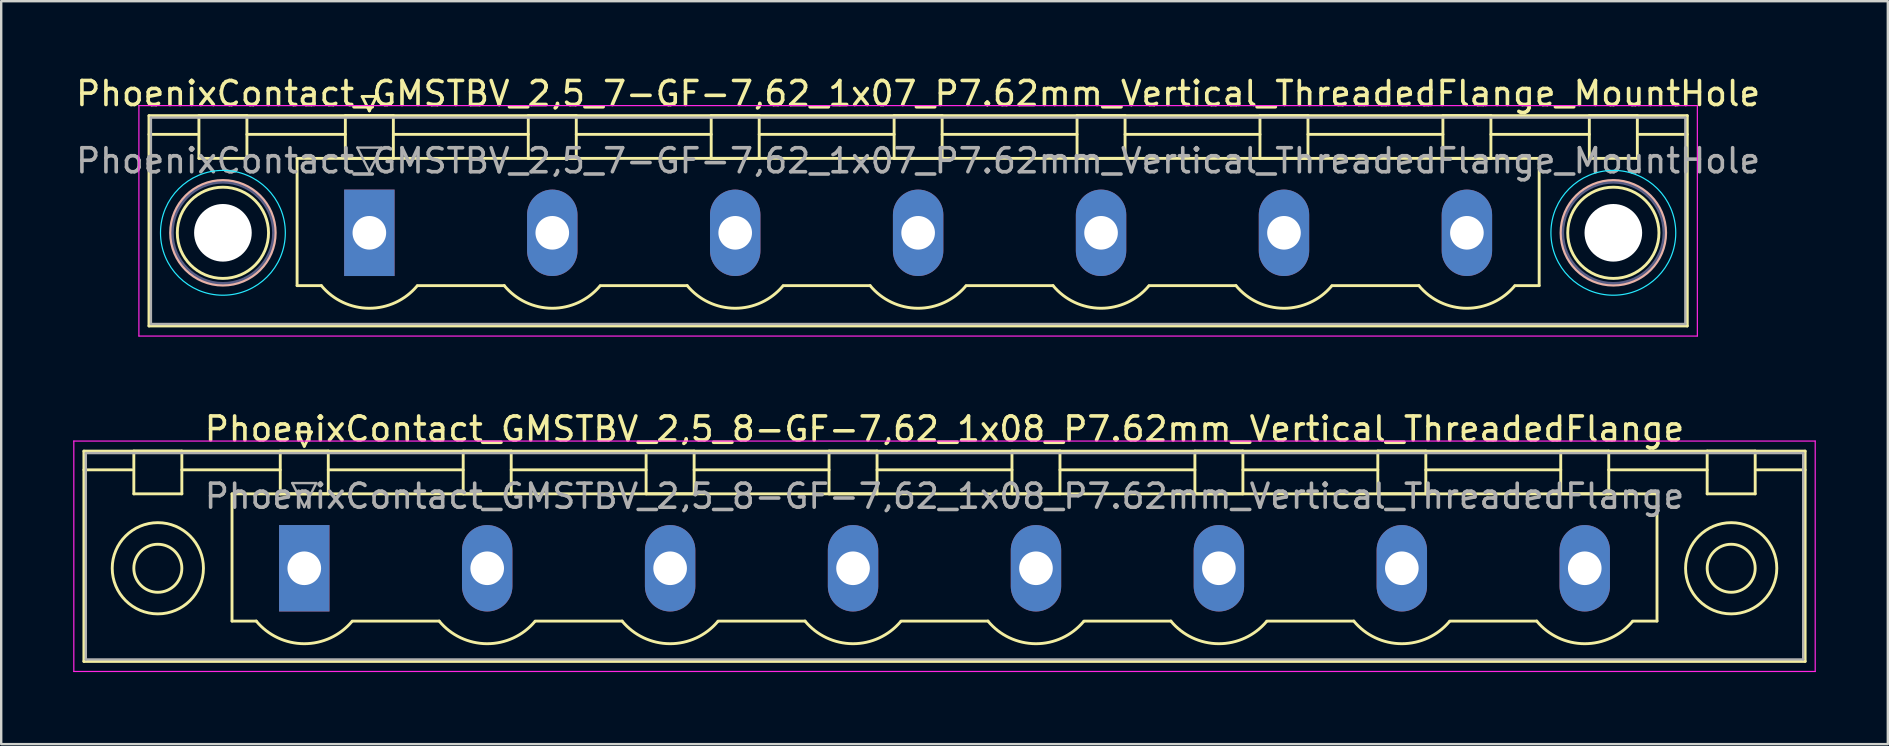
<source format=kicad_pcb>
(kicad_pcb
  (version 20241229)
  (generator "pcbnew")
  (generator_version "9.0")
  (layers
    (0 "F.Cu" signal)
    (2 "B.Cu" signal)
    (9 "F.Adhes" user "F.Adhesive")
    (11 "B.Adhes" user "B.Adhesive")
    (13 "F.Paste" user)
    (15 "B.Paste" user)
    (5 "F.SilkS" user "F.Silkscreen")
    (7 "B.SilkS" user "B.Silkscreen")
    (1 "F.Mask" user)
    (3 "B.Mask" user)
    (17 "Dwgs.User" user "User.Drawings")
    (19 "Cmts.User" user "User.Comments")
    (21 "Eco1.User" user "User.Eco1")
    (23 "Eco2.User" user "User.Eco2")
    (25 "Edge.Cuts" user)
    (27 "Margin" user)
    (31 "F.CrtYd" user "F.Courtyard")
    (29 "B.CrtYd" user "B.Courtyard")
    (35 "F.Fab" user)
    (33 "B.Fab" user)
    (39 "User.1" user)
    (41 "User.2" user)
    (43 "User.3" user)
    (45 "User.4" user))
  (footprint "PhoenixContact_GMSTBV_2,5_8-GF-7,62_1x08_P7.62mm_Vertical_ThreadedFlange"
    (layer "F.Cu")
    (at 9.625 20.622)
    (property "Reference" "PhoenixContact_GMSTBV_2,5_8-GF-7,62_1x08_P7.62mm_Vertical_ThreadedFlange" (at 26.67 -5.8 0) (layer "F.SilkS") (effects (font (size 1 1) (thickness 0.15))))
    (attr through_hole)
    (fp_line (start -9.18 -4.88) (end -9.18 3.88) (stroke (width 0.12) (type solid)) (layer "F.SilkS"))
    (fp_line (start -9.18 -4.1) (end -7.18 -4.1) (stroke (width 0.12) (type solid)) (layer "F.SilkS"))
    (fp_line (start -9.18 3.88) (end 62.52 3.88) (stroke (width 0.12) (type solid)) (layer "F.SilkS"))
    (fp_line (start -7.1 -4.88) (end -5.1 -4.88) (stroke (width 0.12) (type solid)) (layer "F.SilkS"))
    (fp_line (start -7.1 -3.1) (end -7.1 -4.88) (stroke (width 0.12) (type solid)) (layer "F.SilkS"))
    (fp_line (start -5.1 -4.88) (end -5.1 -3.1) (stroke (width 0.12) (type solid)) (layer "F.SilkS"))
    (fp_line (start -5.1 -4.1) (end -1 -4.1) (stroke (width 0.12) (type solid)) (layer "F.SilkS"))
    (fp_line (start -5.1 -3.1) (end -7.1 -3.1) (stroke (width 0.12) (type solid)) (layer "F.SilkS"))
    (fp_line (start -3.01 -3.1) (end 56.35 -3.1) (stroke (width 0.12) (type solid)) (layer "F.SilkS"))
    (fp_line (start -3.01 2.2) (end -3.01 -3.1) (stroke (width 0.12) (type solid)) (layer "F.SilkS"))
    (fp_line (start -2 2.2) (end -3.01 2.2) (stroke (width 0.12) (type solid)) (layer "F.SilkS"))
    (fp_line (start -1 -4.88) (end 1 -4.88) (stroke (width 0.12) (type solid)) (layer "F.SilkS"))
    (fp_line (start -1 -3.1) (end -1 -4.88) (stroke (width 0.12) (type solid)) (layer "F.SilkS"))
    (fp_line (start -0.3 -5.68) (end 0.3 -5.68) (stroke (width 0.12) (type solid)) (layer "F.SilkS"))
    (fp_line (start 0 -5.08) (end -0.3 -5.68) (stroke (width 0.12) (type solid)) (layer "F.SilkS"))
    (fp_line (start 0.3 -5.68) (end 0 -5.08) (stroke (width 0.12) (type solid)) (layer "F.SilkS"))
    (fp_line (start 1 -4.88) (end 1 -3.1) (stroke (width 0.12) (type solid)) (layer "F.SilkS"))
    (fp_line (start 1 -4.1) (end 6.62 -4.1) (stroke (width 0.12) (type solid)) (layer "F.SilkS"))
    (fp_line (start 1 -3.1) (end -1 -3.1) (stroke (width 0.12) (type solid)) (layer "F.SilkS"))
    (fp_line (start 2 2.2) (end 5.62 2.2) (stroke (width 0.12) (type solid)) (layer "F.SilkS"))
    (fp_line (start 6.62 -4.88) (end 8.62 -4.88) (stroke (width 0.12) (type solid)) (layer "F.SilkS"))
    (fp_line (start 6.62 -3.1) (end 6.62 -4.88) (stroke (width 0.12) (type solid)) (layer "F.SilkS"))
    (fp_line (start 8.62 -4.88) (end 8.62 -3.1) (stroke (width 0.12) (type solid)) (layer "F.SilkS"))
    (fp_line (start 8.62 -4.1) (end 14.24 -4.1) (stroke (width 0.12) (type solid)) (layer "F.SilkS"))
    (fp_line (start 8.62 -3.1) (end 6.62 -3.1) (stroke (width 0.12) (type solid)) (layer "F.SilkS"))
    (fp_line (start 9.62 2.2) (end 13.24 2.2) (stroke (width 0.12) (type solid)) (layer "F.SilkS"))
    (fp_line (start 14.24 -4.88) (end 16.24 -4.88) (stroke (width 0.12) (type solid)) (layer "F.SilkS"))
    (fp_line (start 14.24 -3.1) (end 14.24 -4.88) (stroke (width 0.12) (type solid)) (layer "F.SilkS"))
    (fp_line (start 16.24 -4.88) (end 16.24 -3.1) (stroke (width 0.12) (type solid)) (layer "F.SilkS"))
    (fp_line (start 16.24 -4.1) (end 21.86 -4.1) (stroke (width 0.12) (type solid)) (layer "F.SilkS"))
    (fp_line (start 16.24 -3.1) (end 14.24 -3.1) (stroke (width 0.12) (type solid)) (layer "F.SilkS"))
    (fp_line (start 17.24 2.2) (end 20.86 2.2) (stroke (width 0.12) (type solid)) (layer "F.SilkS"))
    (fp_line (start 21.86 -4.88) (end 23.86 -4.88) (stroke (width 0.12) (type solid)) (layer "F.SilkS"))
    (fp_line (start 21.86 -3.1) (end 21.86 -4.88) (stroke (width 0.12) (type solid)) (layer "F.SilkS"))
    (fp_line (start 23.86 -4.88) (end 23.86 -3.1) (stroke (width 0.12) (type solid)) (layer "F.SilkS"))
    (fp_line (start 23.86 -4.1) (end 29.48 -4.1) (stroke (width 0.12) (type solid)) (layer "F.SilkS"))
    (fp_line (start 23.86 -3.1) (end 21.86 -3.1) (stroke (width 0.12) (type solid)) (layer "F.SilkS"))
    (fp_line (start 24.86 2.2) (end 28.48 2.2) (stroke (width 0.12) (type solid)) (layer "F.SilkS"))
    (fp_line (start 29.48 -4.88) (end 31.48 -4.88) (stroke (width 0.12) (type solid)) (layer "F.SilkS"))
    (fp_line (start 29.48 -3.1) (end 29.48 -4.88) (stroke (width 0.12) (type solid)) (layer "F.SilkS"))
    (fp_line (start 31.48 -4.88) (end 31.48 -3.1) (stroke (width 0.12) (type solid)) (layer "F.SilkS"))
    (fp_line (start 31.48 -4.1) (end 37.1 -4.1) (stroke (width 0.12) (type solid)) (layer "F.SilkS"))
    (fp_line (start 31.48 -3.1) (end 29.48 -3.1) (stroke (width 0.12) (type solid)) (layer "F.SilkS"))
    (fp_line (start 32.48 2.2) (end 36.1 2.2) (stroke (width 0.12) (type solid)) (layer "F.SilkS"))
    (fp_line (start 37.1 -4.88) (end 39.1 -4.88) (stroke (width 0.12) (type solid)) (layer "F.SilkS"))
    (fp_line (start 37.1 -3.1) (end 37.1 -4.88) (stroke (width 0.12) (type solid)) (layer "F.SilkS"))
    (fp_line (start 39.1 -4.88) (end 39.1 -3.1) (stroke (width 0.12) (type solid)) (layer "F.SilkS"))
    (fp_line (start 39.1 -4.1) (end 44.72 -4.1) (stroke (width 0.12) (type solid)) (layer "F.SilkS"))
    (fp_line (start 39.1 -3.1) (end 37.1 -3.1) (stroke (width 0.12) (type solid)) (layer "F.SilkS"))
    (fp_line (start 40.1 2.2) (end 43.72 2.2) (stroke (width 0.12) (type solid)) (layer "F.SilkS"))
    (fp_line (start 44.72 -4.88) (end 46.72 -4.88) (stroke (width 0.12) (type solid)) (layer "F.SilkS"))
    (fp_line (start 44.72 -3.1) (end 44.72 -4.88) (stroke (width 0.12) (type solid)) (layer "F.SilkS"))
    (fp_line (start 46.72 -4.88) (end 46.72 -3.1) (stroke (width 0.12) (type solid)) (layer "F.SilkS"))
    (fp_line (start 46.72 -4.1) (end 52.34 -4.1) (stroke (width 0.12) (type solid)) (layer "F.SilkS"))
    (fp_line (start 46.72 -3.1) (end 44.72 -3.1) (stroke (width 0.12) (type solid)) (layer "F.SilkS"))
    (fp_line (start 47.72 2.2) (end 51.34 2.2) (stroke (width 0.12) (type solid)) (layer "F.SilkS"))
    (fp_line (start 52.34 -4.88) (end 54.34 -4.88) (stroke (width 0.12) (type solid)) (layer "F.SilkS"))
    (fp_line (start 52.34 -3.1) (end 52.34 -4.88) (stroke (width 0.12) (type solid)) (layer "F.SilkS"))
    (fp_line (start 54.34 -4.88) (end 54.34 -3.1) (stroke (width 0.12) (type solid)) (layer "F.SilkS"))
    (fp_line (start 54.34 -4.1) (end 58.44 -4.1) (stroke (width 0.12) (type solid)) (layer "F.SilkS"))
    (fp_line (start 54.34 -3.1) (end 52.34 -3.1) (stroke (width 0.12) (type solid)) (layer "F.SilkS"))
    (fp_line (start 56.35 -3.1) (end 56.35 2.2) (stroke (width 0.12) (type solid)) (layer "F.SilkS"))
    (fp_line (start 56.35 2.2) (end 55.34 2.2) (stroke (width 0.12) (type solid)) (layer "F.SilkS"))
    (fp_line (start 58.44 -4.88) (end 60.44 -4.88) (stroke (width 0.12) (type solid)) (layer "F.SilkS"))
    (fp_line (start 58.44 -3.1) (end 58.44 -4.88) (stroke (width 0.12) (type solid)) (layer "F.SilkS"))
    (fp_line (start 60.44 -4.88) (end 60.44 -3.1) (stroke (width 0.12) (type solid)) (layer "F.SilkS"))
    (fp_line (start 60.44 -3.1) (end 58.44 -3.1) (stroke (width 0.12) (type solid)) (layer "F.SilkS"))
    (fp_line (start 62.52 -4.88) (end -9.18 -4.88) (stroke (width 0.12) (type solid)) (layer "F.SilkS"))
    (fp_line (start 62.52 -4.1) (end 60.52 -4.1) (stroke (width 0.12) (type solid)) (layer "F.SilkS"))
    (fp_line (start 62.52 3.88) (end 62.52 -4.88) (stroke (width 0.12) (type solid)) (layer "F.SilkS"))
    (fp_arc (start 1.986842 2.215821) (mid -0.010289 3.142758) (end -2 2.2) (stroke (width 0.12) (type solid)) (layer "F.SilkS"))
    (fp_arc (start 9.606842 2.215821) (mid 7.609711 3.142758) (end 5.62 2.2) (stroke (width 0.12) (type solid)) (layer "F.SilkS"))
    (fp_arc (start 17.226842 2.215821) (mid 15.229711 3.142758) (end 13.24 2.2) (stroke (width 0.12) (type solid)) (layer "F.SilkS"))
    (fp_arc (start 24.846842 2.215821) (mid 22.849711 3.142758) (end 20.86 2.2) (stroke (width 0.12) (type solid)) (layer "F.SilkS"))
    (fp_arc (start 32.466842 2.215821) (mid 30.469711 3.142758) (end 28.48 2.2) (stroke (width 0.12) (type solid)) (layer "F.SilkS"))
    (fp_arc (start 40.086842 2.215821) (mid 38.089711 3.142758) (end 36.1 2.2) (stroke (width 0.12) (type solid)) (layer "F.SilkS"))
    (fp_arc (start 47.706842 2.215821) (mid 45.709711 3.142758) (end 43.72 2.2) (stroke (width 0.12) (type solid)) (layer "F.SilkS"))
    (fp_arc (start 55.326842 2.215821) (mid 53.329711 3.142758) (end 51.34 2.2) (stroke (width 0.12) (type solid)) (layer "F.SilkS"))
    (fp_circle (center -6.1 0) (end -5.1 0) (stroke (width 0.12) (type solid)) (fill no) (layer "F.SilkS"))
    (fp_circle (center -6.1 0) (end -4.2 0) (stroke (width 0.12) (type solid)) (fill no) (layer "F.SilkS"))
    (fp_circle (center 59.44 0) (end 60.44 0) (stroke (width 0.12) (type solid)) (fill no) (layer "F.SilkS"))
    (fp_circle (center 59.44 0) (end 61.34 0) (stroke (width 0.12) (type solid)) (fill no) (layer "F.SilkS"))
    (fp_line (start -9.6 -5.3) (end -9.6 4.3) (stroke (width 0.05) (type solid)) (layer "F.CrtYd"))
    (fp_line (start -9.6 4.3) (end 62.94 4.3) (stroke (width 0.05) (type solid)) (layer "F.CrtYd"))
    (fp_line (start 62.94 -5.3) (end -9.6 -5.3) (stroke (width 0.05) (type solid)) (layer "F.CrtYd"))
    (fp_line (start 62.94 4.3) (end 62.94 -5.3) (stroke (width 0.05) (type solid)) (layer "F.CrtYd"))
    (fp_line (start -9.1 -4.8) (end -9.1 3.8) (stroke (width 0.1) (type solid)) (layer "F.Fab"))
    (fp_line (start -9.1 3.8) (end 62.44 3.8) (stroke (width 0.1) (type solid)) (layer "F.Fab"))
    (fp_line (start -0.5 -3.55) (end 0.5 -3.55) (stroke (width 0.1) (type solid)) (layer "F.Fab"))
    (fp_line (start 0 -2.55) (end -0.5 -3.55) (stroke (width 0.1) (type solid)) (layer "F.Fab"))
    (fp_line (start 0.5 -3.55) (end 0 -2.55) (stroke (width 0.1) (type solid)) (layer "F.Fab"))
    (fp_line (start 62.44 -4.8) (end -9.1 -4.8) (stroke (width 0.1) (type solid)) (layer "F.Fab"))
    (fp_line (start 62.44 3.8) (end 62.44 -4.8) (stroke (width 0.1) (type solid)) (layer "F.Fab"))
    (fp_text user "${REFERENCE}" (at 26.67 -3 0) (layer "F.Fab") (effects (font (size 1 1) (thickness 0.15))))
    (pad "1" thru_hole rect (at 0 0) (size 2.1 3.6) (drill 1.4) (layers "*.Cu" "*.Mask"))
    (pad "2" thru_hole oval (at 7.62 0) (size 2.1 3.6) (drill 1.4) (layers "*.Cu" "*.Mask"))
    (pad "3" thru_hole oval (at 15.24 0) (size 2.1 3.6) (drill 1.4) (layers "*.Cu" "*.Mask"))
    (pad "4" thru_hole oval (at 22.86 0) (size 2.1 3.6) (drill 1.4) (layers "*.Cu" "*.Mask"))
    (pad "5" thru_hole oval (at 30.48 0) (size 2.1 3.6) (drill 1.4) (layers "*.Cu" "*.Mask"))
    (pad "6" thru_hole oval (at 38.1 0) (size 2.1 3.6) (drill 1.4) (layers "*.Cu" "*.Mask"))
    (pad "7" thru_hole oval (at 45.72 0) (size 2.1 3.6) (drill 1.4) (layers "*.Cu" "*.Mask"))
    (pad "8" thru_hole oval (at 53.34 0) (size 2.1 3.6) (drill 1.4) (layers "*.Cu" "*.Mask")))
  (footprint "PhoenixContact_GMSTBV_2,5_7-GF-7,62_1x07_P7.62mm_Vertical_ThreadedFlange_MountHole"
    (layer "F.Cu")
    (at 12.336 6.648)
    (property "Reference" "PhoenixContact_GMSTBV_2,5_7-GF-7,62_1x07_P7.62mm_Vertical_ThreadedFlange_MountHole" (at 22.86 -5.8 0) (layer "F.SilkS") (effects (font (size 1 1) (thickness 0.15))))
    (attr through_hole)
    (fp_line (start -9.18 -4.88) (end -9.18 3.88) (stroke (width 0.12) (type solid)) (layer "F.SilkS"))
    (fp_line (start -9.18 -4.1) (end -7.18 -4.1) (stroke (width 0.12) (type solid)) (layer "F.SilkS"))
    (fp_line (start -9.18 3.88) (end 54.9 3.88) (stroke (width 0.12) (type solid)) (layer "F.SilkS"))
    (fp_line (start -7.1 -4.88) (end -5.1 -4.88) (stroke (width 0.12) (type solid)) (layer "F.SilkS"))
    (fp_line (start -7.1 -3.1) (end -7.1 -4.88) (stroke (width 0.12) (type solid)) (layer "F.SilkS"))
    (fp_line (start -5.1 -4.88) (end -5.1 -3.1) (stroke (width 0.12) (type solid)) (layer "F.SilkS"))
    (fp_line (start -5.1 -4.1) (end -1 -4.1) (stroke (width 0.12) (type solid)) (layer "F.SilkS"))
    (fp_line (start -5.1 -3.1) (end -7.1 -3.1) (stroke (width 0.12) (type solid)) (layer "F.SilkS"))
    (fp_line (start -3.01 -3.1) (end 48.73 -3.1) (stroke (width 0.12) (type solid)) (layer "F.SilkS"))
    (fp_line (start -3.01 2.2) (end -3.01 -3.1) (stroke (width 0.12) (type solid)) (layer "F.SilkS"))
    (fp_line (start -2 2.2) (end -3.01 2.2) (stroke (width 0.12) (type solid)) (layer "F.SilkS"))
    (fp_line (start -1 -4.88) (end 1 -4.88) (stroke (width 0.12) (type solid)) (layer "F.SilkS"))
    (fp_line (start -1 -3.1) (end -1 -4.88) (stroke (width 0.12) (type solid)) (layer "F.SilkS"))
    (fp_line (start -0.3 -5.68) (end 0.3 -5.68) (stroke (width 0.12) (type solid)) (layer "F.SilkS"))
    (fp_line (start 0 -5.08) (end -0.3 -5.68) (stroke (width 0.12) (type solid)) (layer "F.SilkS"))
    (fp_line (start 0.3 -5.68) (end 0 -5.08) (stroke (width 0.12) (type solid)) (layer "F.SilkS"))
    (fp_line (start 1 -4.88) (end 1 -3.1) (stroke (width 0.12) (type solid)) (layer "F.SilkS"))
    (fp_line (start 1 -4.1) (end 6.62 -4.1) (stroke (width 0.12) (type solid)) (layer "F.SilkS"))
    (fp_line (start 1 -3.1) (end -1 -3.1) (stroke (width 0.12) (type solid)) (layer "F.SilkS"))
    (fp_line (start 2 2.2) (end 5.62 2.2) (stroke (width 0.12) (type solid)) (layer "F.SilkS"))
    (fp_line (start 6.62 -4.88) (end 8.62 -4.88) (stroke (width 0.12) (type solid)) (layer "F.SilkS"))
    (fp_line (start 6.62 -3.1) (end 6.62 -4.88) (stroke (width 0.12) (type solid)) (layer "F.SilkS"))
    (fp_line (start 8.62 -4.88) (end 8.62 -3.1) (stroke (width 0.12) (type solid)) (layer "F.SilkS"))
    (fp_line (start 8.62 -4.1) (end 14.24 -4.1) (stroke (width 0.12) (type solid)) (layer "F.SilkS"))
    (fp_line (start 8.62 -3.1) (end 6.62 -3.1) (stroke (width 0.12) (type solid)) (layer "F.SilkS"))
    (fp_line (start 9.62 2.2) (end 13.24 2.2) (stroke (width 0.12) (type solid)) (layer "F.SilkS"))
    (fp_line (start 14.24 -4.88) (end 16.24 -4.88) (stroke (width 0.12) (type solid)) (layer "F.SilkS"))
    (fp_line (start 14.24 -3.1) (end 14.24 -4.88) (stroke (width 0.12) (type solid)) (layer "F.SilkS"))
    (fp_line (start 16.24 -4.88) (end 16.24 -3.1) (stroke (width 0.12) (type solid)) (layer "F.SilkS"))
    (fp_line (start 16.24 -4.1) (end 21.86 -4.1) (stroke (width 0.12) (type solid)) (layer "F.SilkS"))
    (fp_line (start 16.24 -3.1) (end 14.24 -3.1) (stroke (width 0.12) (type solid)) (layer "F.SilkS"))
    (fp_line (start 17.24 2.2) (end 20.86 2.2) (stroke (width 0.12) (type solid)) (layer "F.SilkS"))
    (fp_line (start 21.86 -4.88) (end 23.86 -4.88) (stroke (width 0.12) (type solid)) (layer "F.SilkS"))
    (fp_line (start 21.86 -3.1) (end 21.86 -4.88) (stroke (width 0.12) (type solid)) (layer "F.SilkS"))
    (fp_line (start 23.86 -4.88) (end 23.86 -3.1) (stroke (width 0.12) (type solid)) (layer "F.SilkS"))
    (fp_line (start 23.86 -4.1) (end 29.48 -4.1) (stroke (width 0.12) (type solid)) (layer "F.SilkS"))
    (fp_line (start 23.86 -3.1) (end 21.86 -3.1) (stroke (width 0.12) (type solid)) (layer "F.SilkS"))
    (fp_line (start 24.86 2.2) (end 28.48 2.2) (stroke (width 0.12) (type solid)) (layer "F.SilkS"))
    (fp_line (start 29.48 -4.88) (end 31.48 -4.88) (stroke (width 0.12) (type solid)) (layer "F.SilkS"))
    (fp_line (start 29.48 -3.1) (end 29.48 -4.88) (stroke (width 0.12) (type solid)) (layer "F.SilkS"))
    (fp_line (start 31.48 -4.88) (end 31.48 -3.1) (stroke (width 0.12) (type solid)) (layer "F.SilkS"))
    (fp_line (start 31.48 -4.1) (end 37.1 -4.1) (stroke (width 0.12) (type solid)) (layer "F.SilkS"))
    (fp_line (start 31.48 -3.1) (end 29.48 -3.1) (stroke (width 0.12) (type solid)) (layer "F.SilkS"))
    (fp_line (start 32.48 2.2) (end 36.1 2.2) (stroke (width 0.12) (type solid)) (layer "F.SilkS"))
    (fp_line (start 37.1 -4.88) (end 39.1 -4.88) (stroke (width 0.12) (type solid)) (layer "F.SilkS"))
    (fp_line (start 37.1 -3.1) (end 37.1 -4.88) (stroke (width 0.12) (type solid)) (layer "F.SilkS"))
    (fp_line (start 39.1 -4.88) (end 39.1 -3.1) (stroke (width 0.12) (type solid)) (layer "F.SilkS"))
    (fp_line (start 39.1 -4.1) (end 44.72 -4.1) (stroke (width 0.12) (type solid)) (layer "F.SilkS"))
    (fp_line (start 39.1 -3.1) (end 37.1 -3.1) (stroke (width 0.12) (type solid)) (layer "F.SilkS"))
    (fp_line (start 40.1 2.2) (end 43.72 2.2) (stroke (width 0.12) (type solid)) (layer "F.SilkS"))
    (fp_line (start 44.72 -4.88) (end 46.72 -4.88) (stroke (width 0.12) (type solid)) (layer "F.SilkS"))
    (fp_line (start 44.72 -3.1) (end 44.72 -4.88) (stroke (width 0.12) (type solid)) (layer "F.SilkS"))
    (fp_line (start 46.72 -4.88) (end 46.72 -3.1) (stroke (width 0.12) (type solid)) (layer "F.SilkS"))
    (fp_line (start 46.72 -4.1) (end 50.82 -4.1) (stroke (width 0.12) (type solid)) (layer "F.SilkS"))
    (fp_line (start 46.72 -3.1) (end 44.72 -3.1) (stroke (width 0.12) (type solid)) (layer "F.SilkS"))
    (fp_line (start 48.73 -3.1) (end 48.73 2.2) (stroke (width 0.12) (type solid)) (layer "F.SilkS"))
    (fp_line (start 48.73 2.2) (end 47.72 2.2) (stroke (width 0.12) (type solid)) (layer "F.SilkS"))
    (fp_line (start 50.82 -4.88) (end 52.82 -4.88) (stroke (width 0.12) (type solid)) (layer "F.SilkS"))
    (fp_line (start 50.82 -3.1) (end 50.82 -4.88) (stroke (width 0.12) (type solid)) (layer "F.SilkS"))
    (fp_line (start 52.82 -4.88) (end 52.82 -3.1) (stroke (width 0.12) (type solid)) (layer "F.SilkS"))
    (fp_line (start 52.82 -3.1) (end 50.82 -3.1) (stroke (width 0.12) (type solid)) (layer "F.SilkS"))
    (fp_line (start 54.9 -4.88) (end -9.18 -4.88) (stroke (width 0.12) (type solid)) (layer "F.SilkS"))
    (fp_line (start 54.9 -4.1) (end 52.9 -4.1) (stroke (width 0.12) (type solid)) (layer "F.SilkS"))
    (fp_line (start 54.9 3.88) (end 54.9 -4.88) (stroke (width 0.12) (type solid)) (layer "F.SilkS"))
    (fp_arc (start 1.986842 2.215821) (mid -0.010289 3.142758) (end -2 2.2) (stroke (width 0.12) (type solid)) (layer "F.SilkS"))
    (fp_arc (start 9.606842 2.215821) (mid 7.609711 3.142758) (end 5.62 2.2) (stroke (width 0.12) (type solid)) (layer "F.SilkS"))
    (fp_arc (start 17.226842 2.215821) (mid 15.229711 3.142758) (end 13.24 2.2) (stroke (width 0.12) (type solid)) (layer "F.SilkS"))
    (fp_arc (start 24.846842 2.215821) (mid 22.849711 3.142758) (end 20.86 2.2) (stroke (width 0.12) (type solid)) (layer "F.SilkS"))
    (fp_arc (start 32.466842 2.215821) (mid 30.469711 3.142758) (end 28.48 2.2) (stroke (width 0.12) (type solid)) (layer "F.SilkS"))
    (fp_arc (start 40.086842 2.215821) (mid 38.089711 3.142758) (end 36.1 2.2) (stroke (width 0.12) (type solid)) (layer "F.SilkS"))
    (fp_arc (start 47.706842 2.215821) (mid 45.709711 3.142758) (end 43.72 2.2) (stroke (width 0.12) (type solid)) (layer "F.SilkS"))
    (fp_circle (center -6.1 0) (end -4.2 0) (stroke (width 0.12) (type solid)) (fill no) (layer "F.SilkS"))
    (fp_circle (center 51.82 0) (end 53.72 0) (stroke (width 0.12) (type solid)) (fill no) (layer "F.SilkS"))
    (fp_circle (center -6.1 0) (end -3.92 0) (stroke (width 0.12) (type solid)) (fill no) (layer "B.SilkS"))
    (fp_circle (center 51.82 0) (end 54 0) (stroke (width 0.12) (type solid)) (fill no) (layer "B.SilkS"))
    (fp_circle (center -6.1 0) (end -3.5 0) (stroke (width 0.05) (type solid)) (fill no) (layer "B.CrtYd"))
    (fp_circle (center 51.82 0) (end 54.42 0) (stroke (width 0.05) (type solid)) (fill no) (layer "B.CrtYd"))
    (fp_line (start -9.6 -5.3) (end -9.6 4.3) (stroke (width 0.05) (type solid)) (layer "F.CrtYd"))
    (fp_line (start -9.6 4.3) (end 55.32 4.3) (stroke (width 0.05) (type solid)) (layer "F.CrtYd"))
    (fp_line (start 55.32 -5.3) (end -9.6 -5.3) (stroke (width 0.05) (type solid)) (layer "F.CrtYd"))
    (fp_line (start 55.32 4.3) (end 55.32 -5.3) (stroke (width 0.05) (type solid)) (layer "F.CrtYd"))
    (fp_circle (center -6.1 0) (end -4 0) (stroke (width 0.1) (type solid)) (fill no) (layer "B.Fab"))
    (fp_circle (center 51.82 0) (end 53.92 0) (stroke (width 0.1) (type solid)) (fill no) (layer "B.Fab"))
    (fp_line (start -9.1 -4.8) (end -9.1 3.8) (stroke (width 0.1) (type solid)) (layer "F.Fab"))
    (fp_line (start -9.1 3.8) (end 54.82 3.8) (stroke (width 0.1) (type solid)) (layer "F.Fab"))
    (fp_line (start -0.5 -3.55) (end 0.5 -3.55) (stroke (width 0.1) (type solid)) (layer "F.Fab"))
    (fp_line (start 0 -2.55) (end -0.5 -3.55) (stroke (width 0.1) (type solid)) (layer "F.Fab"))
    (fp_line (start 0.5 -3.55) (end 0 -2.55) (stroke (width 0.1) (type solid)) (layer "F.Fab"))
    (fp_line (start 54.82 -4.8) (end -9.1 -4.8) (stroke (width 0.1) (type solid)) (layer "F.Fab"))
    (fp_line (start 54.82 3.8) (end 54.82 -4.8) (stroke (width 0.1) (type solid)) (layer "F.Fab"))
    (fp_text user "${REFERENCE}" (at 22.86 -3 0) (layer "F.Fab") (effects (font (size 1 1) (thickness 0.15))))
    (pad "" np_thru_hole circle (at -6.1 0) (size 2.4 2.4) (drill 2.4) (layers "*.Cu" "*.Mask"))
    (pad "" np_thru_hole circle (at 51.82 0) (size 2.4 2.4) (drill 2.4) (layers "*.Cu" "*.Mask"))
    (pad "1" thru_hole rect (at 0 0) (size 2.1 3.6) (drill 1.4) (layers "*.Cu" "*.Mask"))
    (pad "2" thru_hole oval (at 7.62 0) (size 2.1 3.6) (drill 1.4) (layers "*.Cu" "*.Mask"))
    (pad "3" thru_hole oval (at 15.24 0) (size 2.1 3.6) (drill 1.4) (layers "*.Cu" "*.Mask"))
    (pad "4" thru_hole oval (at 22.86 0) (size 2.1 3.6) (drill 1.4) (layers "*.Cu" "*.Mask"))
    (pad "5" thru_hole oval (at 30.48 0) (size 2.1 3.6) (drill 1.4) (layers "*.Cu" "*.Mask"))
    (pad "6" thru_hole oval (at 38.1 0) (size 2.1 3.6) (drill 1.4) (layers "*.Cu" "*.Mask"))
    (pad "7" thru_hole oval (at 45.72 0) (size 2.1 3.6) (drill 1.4) (layers "*.Cu" "*.Mask")))
  (gr_rect
    (start -3 -3)
    (end 75.59 27.947)
    (stroke (width 0.1) (type default))
    (fill no)
    (layer "Edge.Cuts")))
</source>
